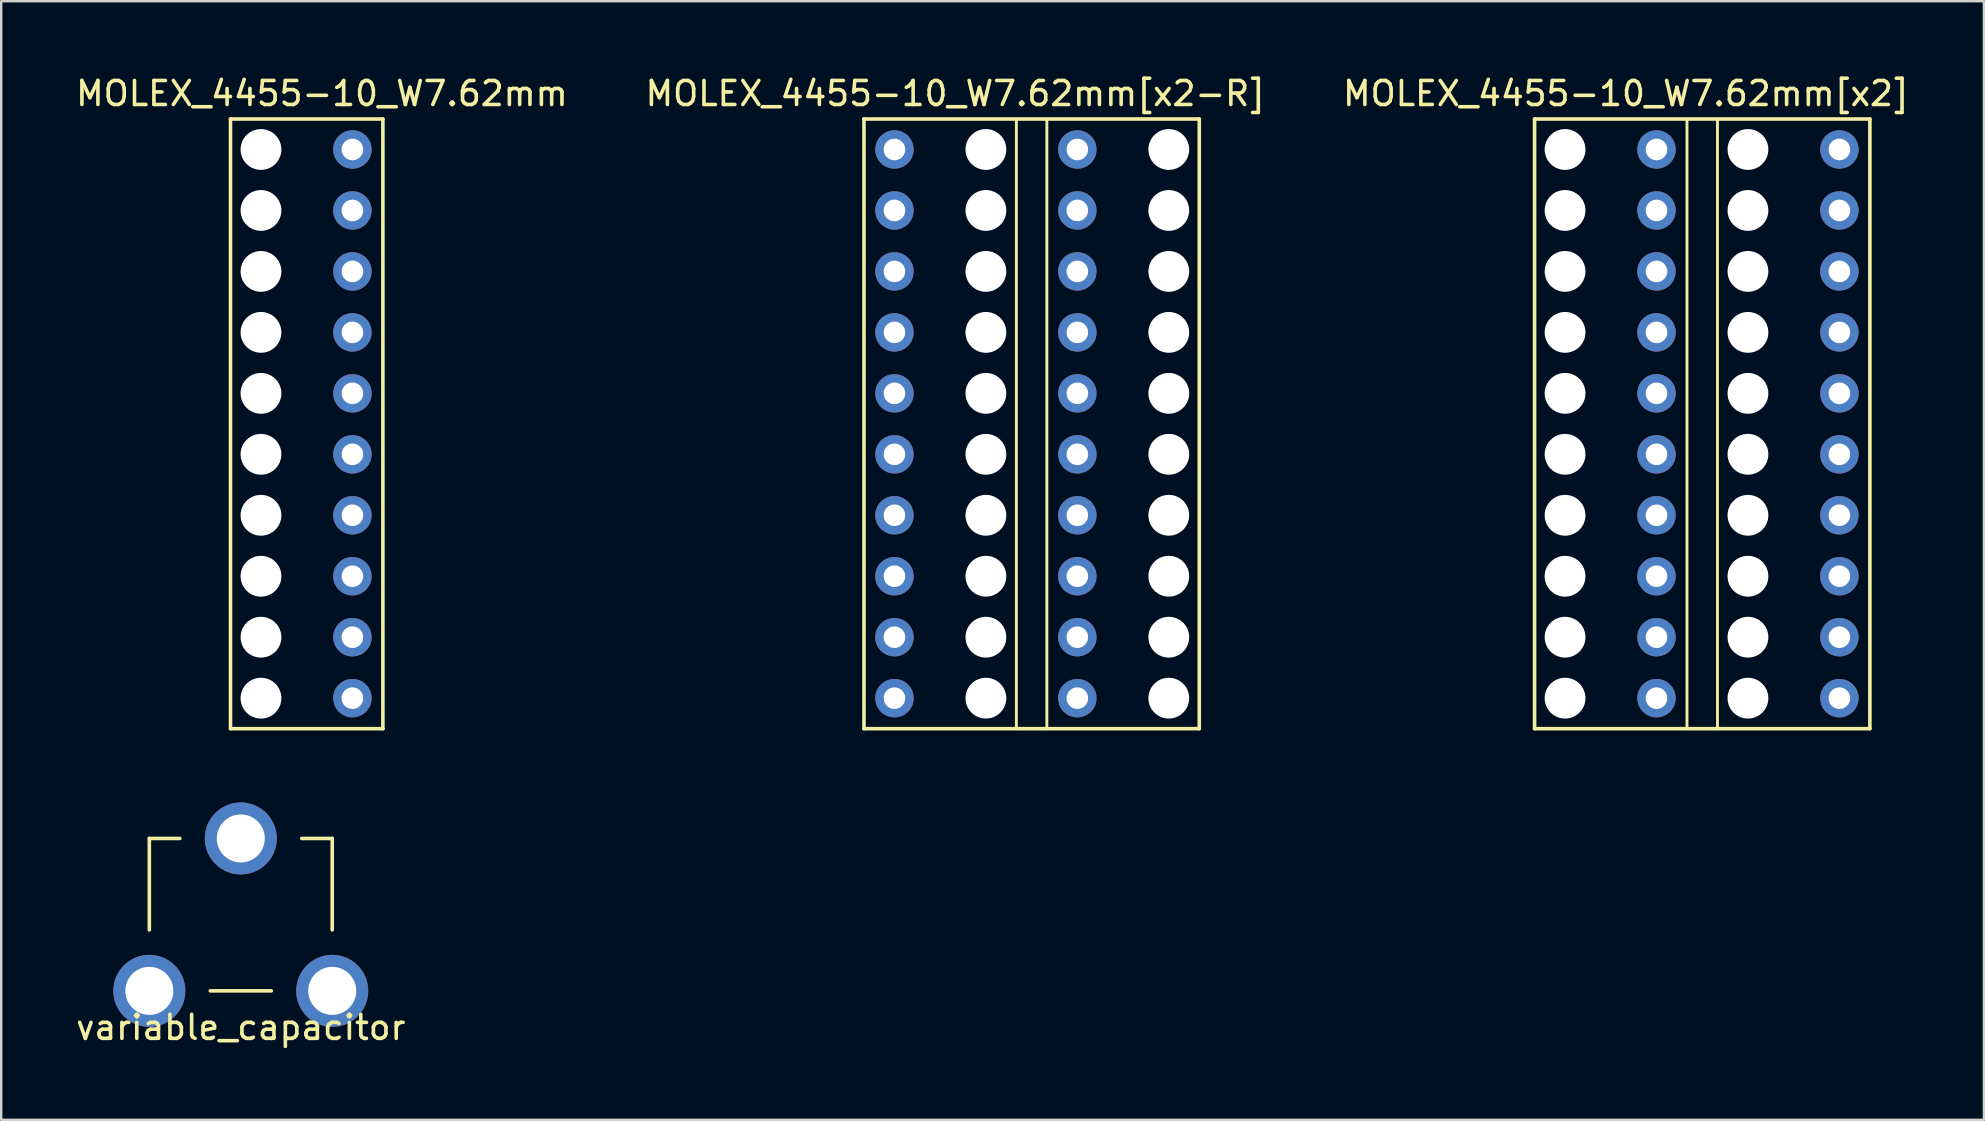
<source format=kicad_pcb>
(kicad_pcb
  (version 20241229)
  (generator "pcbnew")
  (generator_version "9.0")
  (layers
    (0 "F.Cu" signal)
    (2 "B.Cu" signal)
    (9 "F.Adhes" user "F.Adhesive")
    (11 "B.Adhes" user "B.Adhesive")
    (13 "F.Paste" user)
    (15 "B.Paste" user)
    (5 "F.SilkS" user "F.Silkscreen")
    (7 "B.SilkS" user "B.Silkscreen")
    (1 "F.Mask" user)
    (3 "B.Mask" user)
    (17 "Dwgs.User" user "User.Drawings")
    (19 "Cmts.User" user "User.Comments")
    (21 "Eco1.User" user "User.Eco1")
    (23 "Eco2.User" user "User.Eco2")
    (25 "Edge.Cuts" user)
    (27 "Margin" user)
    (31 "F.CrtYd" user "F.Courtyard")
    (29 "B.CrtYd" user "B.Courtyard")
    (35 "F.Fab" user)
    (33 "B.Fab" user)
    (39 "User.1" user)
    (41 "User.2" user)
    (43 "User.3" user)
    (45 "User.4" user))
  (footprint "MOLEX_4455-10_W7.62mm[x2-R]"
    (layer "F.Cu")
    (at 34.216 3.178)
    (property "Reference" "MOLEX_4455-10_W7.62mm[x2-R]" (at 2.54 -2.33 0) (layer "F.SilkS") (effects (font (size 1 1) (thickness 0.15))))
    (attr through_hole)
    (fp_line (start -1.27 -1.27) (end -1.27 24.13) (stroke (width 0.15) (type solid)) (layer "F.SilkS"))
    (fp_line (start -1.27 24.13) (end 12.7 24.13) (stroke (width 0.15) (type solid)) (layer "F.SilkS"))
    (fp_line (start 5.08 -1.27) (end 5.08 24.13) (stroke (width 0.12) (type solid)) (layer "F.SilkS"))
    (fp_line (start 5.08 24.13) (end 6.35 24.13) (stroke (width 0.12) (type solid)) (layer "F.SilkS"))
    (fp_line (start 6.35 24.13) (end 6.35 -1.27) (stroke (width 0.12) (type solid)) (layer "F.SilkS"))
    (fp_line (start 12.7 -1.27) (end -1.27 -1.27) (stroke (width 0.15) (type solid)) (layer "F.SilkS"))
    (fp_line (start 12.7 24.13) (end 12.7 -1.27) (stroke (width 0.15) (type solid)) (layer "F.SilkS"))
    (pad "" np_thru_hole circle (at 3.81 0) (size 1.7 1.7) (drill 1.7) (layers "*.Cu" "*.Mask"))
    (pad "" np_thru_hole circle (at 3.81 2.54) (size 1.7 1.7) (drill 1.7) (layers "*.Cu" "*.Mask"))
    (pad "" np_thru_hole circle (at 3.81 5.08) (size 1.7 1.7) (drill 1.7) (layers "*.Cu" "*.Mask"))
    (pad "" np_thru_hole circle (at 3.81 7.62) (size 1.7 1.7) (drill 1.7) (layers "*.Cu" "*.Mask"))
    (pad "" np_thru_hole circle (at 3.81 10.16) (size 1.7 1.7) (drill 1.7) (layers "*.Cu" "*.Mask"))
    (pad "" np_thru_hole circle (at 3.81 12.7) (size 1.7 1.7) (drill 1.7) (layers "*.Cu" "*.Mask"))
    (pad "" np_thru_hole circle (at 3.81 15.24) (size 1.7 1.7) (drill 1.7) (layers "*.Cu" "*.Mask"))
    (pad "" np_thru_hole circle (at 3.81 17.78) (size 1.7 1.7) (drill 1.7) (layers "*.Cu" "*.Mask"))
    (pad "" np_thru_hole circle (at 3.81 20.32) (size 1.7 1.7) (drill 1.7) (layers "*.Cu" "*.Mask"))
    (pad "" np_thru_hole circle (at 3.81 22.86) (size 1.7 1.7) (drill 1.7) (layers "*.Cu" "*.Mask"))
    (pad "" np_thru_hole circle (at 11.43 0) (size 1.7 1.7) (drill 1.7) (layers "*.Cu" "*.Mask"))
    (pad "" np_thru_hole circle (at 11.43 2.54) (size 1.7 1.7) (drill 1.7) (layers "*.Cu" "*.Mask"))
    (pad "" np_thru_hole circle (at 11.43 5.08) (size 1.7 1.7) (drill 1.7) (layers "*.Cu" "*.Mask"))
    (pad "" np_thru_hole circle (at 11.43 7.62) (size 1.7 1.7) (drill 1.7) (layers "*.Cu" "*.Mask"))
    (pad "" np_thru_hole circle (at 11.43 10.16) (size 1.7 1.7) (drill 1.7) (layers "*.Cu" "*.Mask"))
    (pad "" np_thru_hole circle (at 11.43 12.7) (size 1.7 1.7) (drill 1.7) (layers "*.Cu" "*.Mask"))
    (pad "" np_thru_hole circle (at 11.43 15.24) (size 1.7 1.7) (drill 1.7) (layers "*.Cu" "*.Mask"))
    (pad "" np_thru_hole circle (at 11.43 17.78) (size 1.7 1.7) (drill 1.7) (layers "*.Cu" "*.Mask"))
    (pad "" np_thru_hole circle (at 11.43 20.32) (size 1.7 1.7) (drill 1.7) (layers "*.Cu" "*.Mask"))
    (pad "" np_thru_hole circle (at 11.43 22.86) (size 1.7 1.7) (drill 1.7) (layers "*.Cu" "*.Mask"))
    (pad "1" thru_hole circle (at 0 0) (size 1.6 1.6) (drill 0.9) (layers "*.Cu" "*.Mask"))
    (pad "2" thru_hole circle (at 0 2.54) (size 1.6 1.6) (drill 0.9) (layers "*.Cu" "*.Mask"))
    (pad "3" thru_hole circle (at 0 5.08) (size 1.6 1.6) (drill 0.9) (layers "*.Cu" "*.Mask"))
    (pad "4" thru_hole circle (at 0 7.62) (size 1.6 1.6) (drill 0.9) (layers "*.Cu" "*.Mask"))
    (pad "5" thru_hole circle (at 0 10.16) (size 1.6 1.6) (drill 0.9) (layers "*.Cu" "*.Mask"))
    (pad "6" thru_hole circle (at 0 12.7) (size 1.6 1.6) (drill 0.9) (layers "*.Cu" "*.Mask"))
    (pad "7" thru_hole circle (at 0 15.24) (size 1.6 1.6) (drill 0.9) (layers "*.Cu" "*.Mask"))
    (pad "8" thru_hole circle (at 0 17.78) (size 1.6 1.6) (drill 0.9) (layers "*.Cu" "*.Mask"))
    (pad "9" thru_hole circle (at 0 20.32) (size 1.6 1.6) (drill 0.9) (layers "*.Cu" "*.Mask"))
    (pad "10" thru_hole circle (at 0 22.86) (size 1.6 1.6) (drill 0.9) (layers "*.Cu" "*.Mask"))
    (pad "11" thru_hole circle (at 7.62 22.86) (size 1.6 1.6) (drill 0.9) (layers "*.Cu" "*.Mask"))
    (pad "12" thru_hole circle (at 7.62 20.32) (size 1.6 1.6) (drill 0.9) (layers "*.Cu" "*.Mask"))
    (pad "13" thru_hole circle (at 7.62 17.78) (size 1.6 1.6) (drill 0.9) (layers "*.Cu" "*.Mask"))
    (pad "14" thru_hole circle (at 7.62 15.24) (size 1.6 1.6) (drill 0.9) (layers "*.Cu" "*.Mask"))
    (pad "15" thru_hole circle (at 7.62 12.7) (size 1.6 1.6) (drill 0.9) (layers "*.Cu" "*.Mask"))
    (pad "16" thru_hole circle (at 7.62 10.16) (size 1.6 1.6) (drill 0.9) (layers "*.Cu" "*.Mask"))
    (pad "17" thru_hole circle (at 7.62 7.62) (size 1.6 1.6) (drill 0.9) (layers "*.Cu" "*.Mask"))
    (pad "18" thru_hole circle (at 7.62 5.08) (size 1.6 1.6) (drill 0.9) (layers "*.Cu" "*.Mask"))
    (pad "19" thru_hole circle (at 7.62 2.54) (size 1.6 1.6) (drill 0.9) (layers "*.Cu" "*.Mask"))
    (pad "20" thru_hole circle (at 7.62 0) (size 1.6 1.6) (drill 0.9) (layers "*.Cu" "*.Mask")))
  (footprint "MOLEX_4455-10_W7.62mm[x2]"
    (layer "F.Cu")
    (at 62.156 3.178)
    (property "Reference" "MOLEX_4455-10_W7.62mm[x2]" (at 2.54 -2.33 0) (layer "F.SilkS") (effects (font (size 1 1) (thickness 0.15))))
    (attr through_hole)
    (fp_line (start -1.27 -1.27) (end -1.27 24.13) (stroke (width 0.15) (type solid)) (layer "F.SilkS"))
    (fp_line (start -1.27 24.13) (end 12.7 24.13) (stroke (width 0.15) (type solid)) (layer "F.SilkS"))
    (fp_line (start 5.08 -1.27) (end 5.08 24.13) (stroke (width 0.12) (type solid)) (layer "F.SilkS"))
    (fp_line (start 5.08 24.13) (end 6.35 24.13) (stroke (width 0.12) (type solid)) (layer "F.SilkS"))
    (fp_line (start 6.35 24.13) (end 6.35 -1.27) (stroke (width 0.12) (type solid)) (layer "F.SilkS"))
    (fp_line (start 12.7 -1.27) (end -1.27 -1.27) (stroke (width 0.15) (type solid)) (layer "F.SilkS"))
    (fp_line (start 12.7 24.13) (end 12.7 -1.27) (stroke (width 0.15) (type solid)) (layer "F.SilkS"))
    (pad "" np_thru_hole circle (at 0 0) (size 1.7 1.7) (drill 1.7) (layers "*.Cu" "*.Mask"))
    (pad "" np_thru_hole circle (at 0 2.54) (size 1.7 1.7) (drill 1.7) (layers "*.Cu" "*.Mask"))
    (pad "" np_thru_hole circle (at 0 5.08) (size 1.7 1.7) (drill 1.7) (layers "*.Cu" "*.Mask"))
    (pad "" np_thru_hole circle (at 0 7.62) (size 1.7 1.7) (drill 1.7) (layers "*.Cu" "*.Mask"))
    (pad "" np_thru_hole circle (at 0 10.16) (size 1.7 1.7) (drill 1.7) (layers "*.Cu" "*.Mask"))
    (pad "" np_thru_hole circle (at 0 12.7) (size 1.7 1.7) (drill 1.7) (layers "*.Cu" "*.Mask"))
    (pad "" np_thru_hole circle (at 0 15.24) (size 1.7 1.7) (drill 1.7) (layers "*.Cu" "*.Mask"))
    (pad "" np_thru_hole circle (at 0 17.78) (size 1.7 1.7) (drill 1.7) (layers "*.Cu" "*.Mask"))
    (pad "" np_thru_hole circle (at 0 20.32) (size 1.7 1.7) (drill 1.7) (layers "*.Cu" "*.Mask"))
    (pad "" np_thru_hole circle (at 0 22.86) (size 1.7 1.7) (drill 1.7) (layers "*.Cu" "*.Mask"))
    (pad "" np_thru_hole circle (at 7.62 0) (size 1.7 1.7) (drill 1.7) (layers "*.Cu" "*.Mask"))
    (pad "" np_thru_hole circle (at 7.62 2.54) (size 1.7 1.7) (drill 1.7) (layers "*.Cu" "*.Mask"))
    (pad "" np_thru_hole circle (at 7.62 5.08) (size 1.7 1.7) (drill 1.7) (layers "*.Cu" "*.Mask"))
    (pad "" np_thru_hole circle (at 7.62 7.62) (size 1.7 1.7) (drill 1.7) (layers "*.Cu" "*.Mask"))
    (pad "" np_thru_hole circle (at 7.62 10.16) (size 1.7 1.7) (drill 1.7) (layers "*.Cu" "*.Mask"))
    (pad "" np_thru_hole circle (at 7.62 12.7) (size 1.7 1.7) (drill 1.7) (layers "*.Cu" "*.Mask"))
    (pad "" np_thru_hole circle (at 7.62 15.24) (size 1.7 1.7) (drill 1.7) (layers "*.Cu" "*.Mask"))
    (pad "" np_thru_hole circle (at 7.62 17.78) (size 1.7 1.7) (drill 1.7) (layers "*.Cu" "*.Mask"))
    (pad "" np_thru_hole circle (at 7.62 20.32) (size 1.7 1.7) (drill 1.7) (layers "*.Cu" "*.Mask"))
    (pad "" np_thru_hole circle (at 7.62 22.86) (size 1.7 1.7) (drill 1.7) (layers "*.Cu" "*.Mask"))
    (pad "1" thru_hole circle (at 3.81 0) (size 1.6 1.6) (drill 0.9) (layers "*.Cu" "*.Mask"))
    (pad "2" thru_hole circle (at 3.81 2.54) (size 1.6 1.6) (drill 0.9) (layers "*.Cu" "*.Mask"))
    (pad "3" thru_hole circle (at 3.81 5.08) (size 1.6 1.6) (drill 0.9) (layers "*.Cu" "*.Mask"))
    (pad "4" thru_hole circle (at 3.81 7.62) (size 1.6 1.6) (drill 0.9) (layers "*.Cu" "*.Mask"))
    (pad "5" thru_hole circle (at 3.81 10.16) (size 1.6 1.6) (drill 0.9) (layers "*.Cu" "*.Mask"))
    (pad "6" thru_hole circle (at 3.81 12.7) (size 1.6 1.6) (drill 0.9) (layers "*.Cu" "*.Mask"))
    (pad "7" thru_hole circle (at 3.81 15.24) (size 1.6 1.6) (drill 0.9) (layers "*.Cu" "*.Mask"))
    (pad "8" thru_hole circle (at 3.81 17.78) (size 1.6 1.6) (drill 0.9) (layers "*.Cu" "*.Mask"))
    (pad "9" thru_hole circle (at 3.81 20.32) (size 1.6 1.6) (drill 0.9) (layers "*.Cu" "*.Mask"))
    (pad "10" thru_hole circle (at 3.81 22.86) (size 1.6 1.6) (drill 0.9) (layers "*.Cu" "*.Mask"))
    (pad "11" thru_hole circle (at 11.43 22.86) (size 1.6 1.6) (drill 0.9) (layers "*.Cu" "*.Mask"))
    (pad "12" thru_hole circle (at 11.43 20.32) (size 1.6 1.6) (drill 0.9) (layers "*.Cu" "*.Mask"))
    (pad "13" thru_hole circle (at 11.43 17.78) (size 1.6 1.6) (drill 0.9) (layers "*.Cu" "*.Mask"))
    (pad "14" thru_hole circle (at 11.43 15.24) (size 1.6 1.6) (drill 0.9) (layers "*.Cu" "*.Mask"))
    (pad "15" thru_hole circle (at 11.43 12.7) (size 1.6 1.6) (drill 0.9) (layers "*.Cu" "*.Mask"))
    (pad "16" thru_hole circle (at 11.43 10.16) (size 1.6 1.6) (drill 0.9) (layers "*.Cu" "*.Mask"))
    (pad "17" thru_hole circle (at 11.43 7.62) (size 1.6 1.6) (drill 0.9) (layers "*.Cu" "*.Mask"))
    (pad "18" thru_hole circle (at 11.43 5.08) (size 1.6 1.6) (drill 0.9) (layers "*.Cu" "*.Mask"))
    (pad "19" thru_hole circle (at 11.43 2.54) (size 1.6 1.6) (drill 0.9) (layers "*.Cu" "*.Mask"))
    (pad "20" thru_hole circle (at 11.43 0) (size 1.6 1.6) (drill 0.9) (layers "*.Cu" "*.Mask")))
  (footprint "variable_capacitor"
    (layer "F.Cu")
    (at 8.252 35.693)
    (property "Reference" "variable_capacitor" (at -1.27 4.064 0) (layer "F.SilkS") (effects (font (size 1 1) (thickness 0.15))))
    (attr through_hole)
    (fp_line (start -5.08 -3.81) (end -5.08 0) (stroke (width 0.15) (type solid)) (layer "F.SilkS"))
    (fp_line (start -3.81 -3.81) (end -5.08 -3.81) (stroke (width 0.15) (type solid)) (layer "F.SilkS"))
    (fp_line (start -2.54 2.54) (end 0 2.54) (stroke (width 0.15) (type solid)) (layer "F.SilkS"))
    (fp_line (start 2.54 -3.81) (end 1.27 -3.81) (stroke (width 0.15) (type solid)) (layer "F.SilkS"))
    (fp_line (start 2.54 -3.81) (end 2.54 0) (stroke (width 0.15) (type solid)) (layer "F.SilkS"))
    (pad "1" thru_hole circle (at 2.54 2.54) (size 3 3) (drill 2) (layers "*.Cu" "*.Mask"))
    (pad "2" thru_hole circle (at -1.27 -3.81) (size 3 3) (drill 2) (layers "*.Cu" "*.Mask"))
    (pad "3" thru_hole circle (at -5.08 2.54) (size 3 3) (drill 2) (layers "*.Cu" "*.Mask")))
  (footprint "MOLEX_4455-10_W7.62mm"
    (layer "F.Cu")
    (at 7.823 3.178)
    (property "Reference" "MOLEX_4455-10_W7.62mm" (at 2.54 -2.33 0) (layer "F.SilkS") (effects (font (size 1 1) (thickness 0.15))))
    (attr through_hole)
    (fp_line (start -1.27 -1.27) (end -1.27 24.13) (stroke (width 0.15) (type solid)) (layer "F.SilkS"))
    (fp_line (start -1.27 24.13) (end 5.08 24.13) (stroke (width 0.15) (type solid)) (layer "F.SilkS"))
    (fp_line (start 5.08 -1.27) (end -1.27 -1.27) (stroke (width 0.15) (type solid)) (layer "F.SilkS"))
    (fp_line (start 5.08 24.13) (end 5.08 -1.27) (stroke (width 0.15) (type solid)) (layer "F.SilkS"))
    (pad "" np_thru_hole circle (at 0 0) (size 1.7 1.7) (drill 1.7) (layers "*.Cu" "*.Mask"))
    (pad "" np_thru_hole circle (at 0 2.54) (size 1.7 1.7) (drill 1.7) (layers "*.Cu" "*.Mask"))
    (pad "" np_thru_hole circle (at 0 5.08) (size 1.7 1.7) (drill 1.7) (layers "*.Cu" "*.Mask"))
    (pad "" np_thru_hole circle (at 0 7.62) (size 1.7 1.7) (drill 1.7) (layers "*.Cu" "*.Mask"))
    (pad "" np_thru_hole circle (at 0 10.16) (size 1.7 1.7) (drill 1.7) (layers "*.Cu" "*.Mask"))
    (pad "" np_thru_hole circle (at 0 12.7) (size 1.7 1.7) (drill 1.7) (layers "*.Cu" "*.Mask"))
    (pad "" np_thru_hole circle (at 0 15.24) (size 1.7 1.7) (drill 1.7) (layers "*.Cu" "*.Mask"))
    (pad "" np_thru_hole circle (at 0 17.78) (size 1.7 1.7) (drill 1.7) (layers "*.Cu" "*.Mask"))
    (pad "" np_thru_hole circle (at 0 20.32) (size 1.7 1.7) (drill 1.7) (layers "*.Cu" "*.Mask"))
    (pad "" np_thru_hole circle (at 0 22.86) (size 1.7 1.7) (drill 1.7) (layers "*.Cu" "*.Mask"))
    (pad "1" thru_hole circle (at 3.81 0) (size 1.6 1.6) (drill 0.9) (layers "*.Cu" "*.Mask"))
    (pad "2" thru_hole circle (at 3.81 2.54) (size 1.6 1.6) (drill 0.9) (layers "*.Cu" "*.Mask"))
    (pad "3" thru_hole circle (at 3.81 5.08) (size 1.6 1.6) (drill 0.9) (layers "*.Cu" "*.Mask"))
    (pad "4" thru_hole circle (at 3.81 7.62) (size 1.6 1.6) (drill 0.9) (layers "*.Cu" "*.Mask"))
    (pad "5" thru_hole circle (at 3.81 10.16) (size 1.6 1.6) (drill 0.9) (layers "*.Cu" "*.Mask"))
    (pad "6" thru_hole circle (at 3.81 12.7) (size 1.6 1.6) (drill 0.9) (layers "*.Cu" "*.Mask"))
    (pad "7" thru_hole circle (at 3.81 15.24) (size 1.6 1.6) (drill 0.9) (layers "*.Cu" "*.Mask"))
    (pad "8" thru_hole circle (at 3.81 17.78) (size 1.6 1.6) (drill 0.9) (layers "*.Cu" "*.Mask"))
    (pad "9" thru_hole circle (at 3.81 20.32) (size 1.6 1.6) (drill 0.9) (layers "*.Cu" "*.Mask"))
    (pad "10" thru_hole circle (at 3.81 22.86) (size 1.6 1.6) (drill 0.9) (layers "*.Cu" "*.Mask")))
  (gr_rect
    (start -3 -3)
    (end 79.607 43.605)
    (stroke (width 0.1) (type default))
    (fill no)
    (layer "Edge.Cuts")))
</source>
